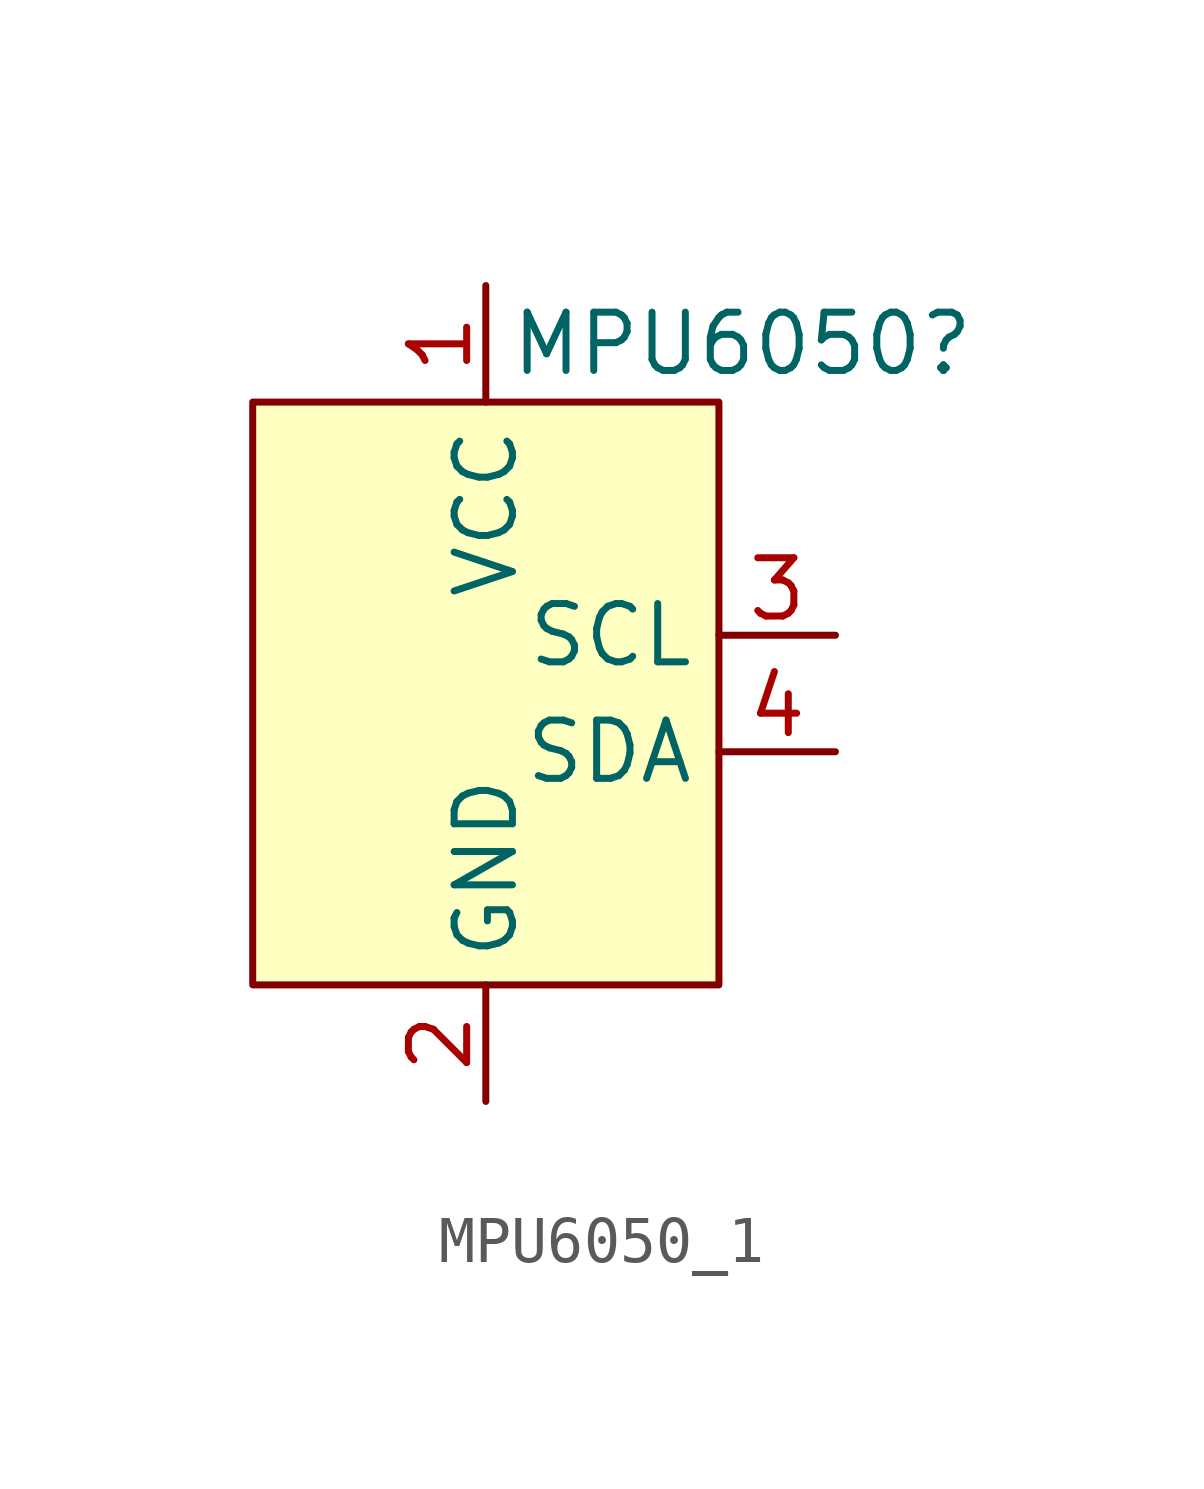
<source format=kicad_sym>
(kicad_symbol_lib
  (version 20241209)
  (generator "kicad_symbol_editor")
  (generator_version "9.0")
  (symbol "MPU6050_1"
    (property "Reference" "MPU6050"
      (at 5.588 7.62 0)
      (effects (font (size 1.27 1.27))))
    (property "Value" ""
      (at 0 0 0)
      (effects (font (size 1.27 1.27))))
    (symbol "MPU6050_1_1_1"
      (rectangle (start -5.08 6.35) (end 5.08 -6.35) (stroke (width 0) (type solid)) (fill (type background)))
      (pin power_in line (at 0 8.89 270) (length 2.54) (name "VCC" (effects (font (size 1.27 1.27)))) (number "1" (effects (font (size 1.27 1.27)))))
      (pin power_in line (at 0 -8.89 90) (length 2.54) (name "GND" (effects (font (size 1.27 1.27)))) (number "2" (effects (font (size 1.27 1.27)))))
      (pin bidirectional line (at 7.62 1.27 180) (length 2.54) (name "SCL" (effects (font (size 1.27 1.27)))) (number "3" (effects (font (size 1.27 1.27)))))
      (pin bidirectional line (at 7.62 -1.27 180) (length 2.54) (name "SDA" (effects (font (size 1.27 1.27)))) (number "4" (effects (font (size 1.27 1.27))))))))
</source>
